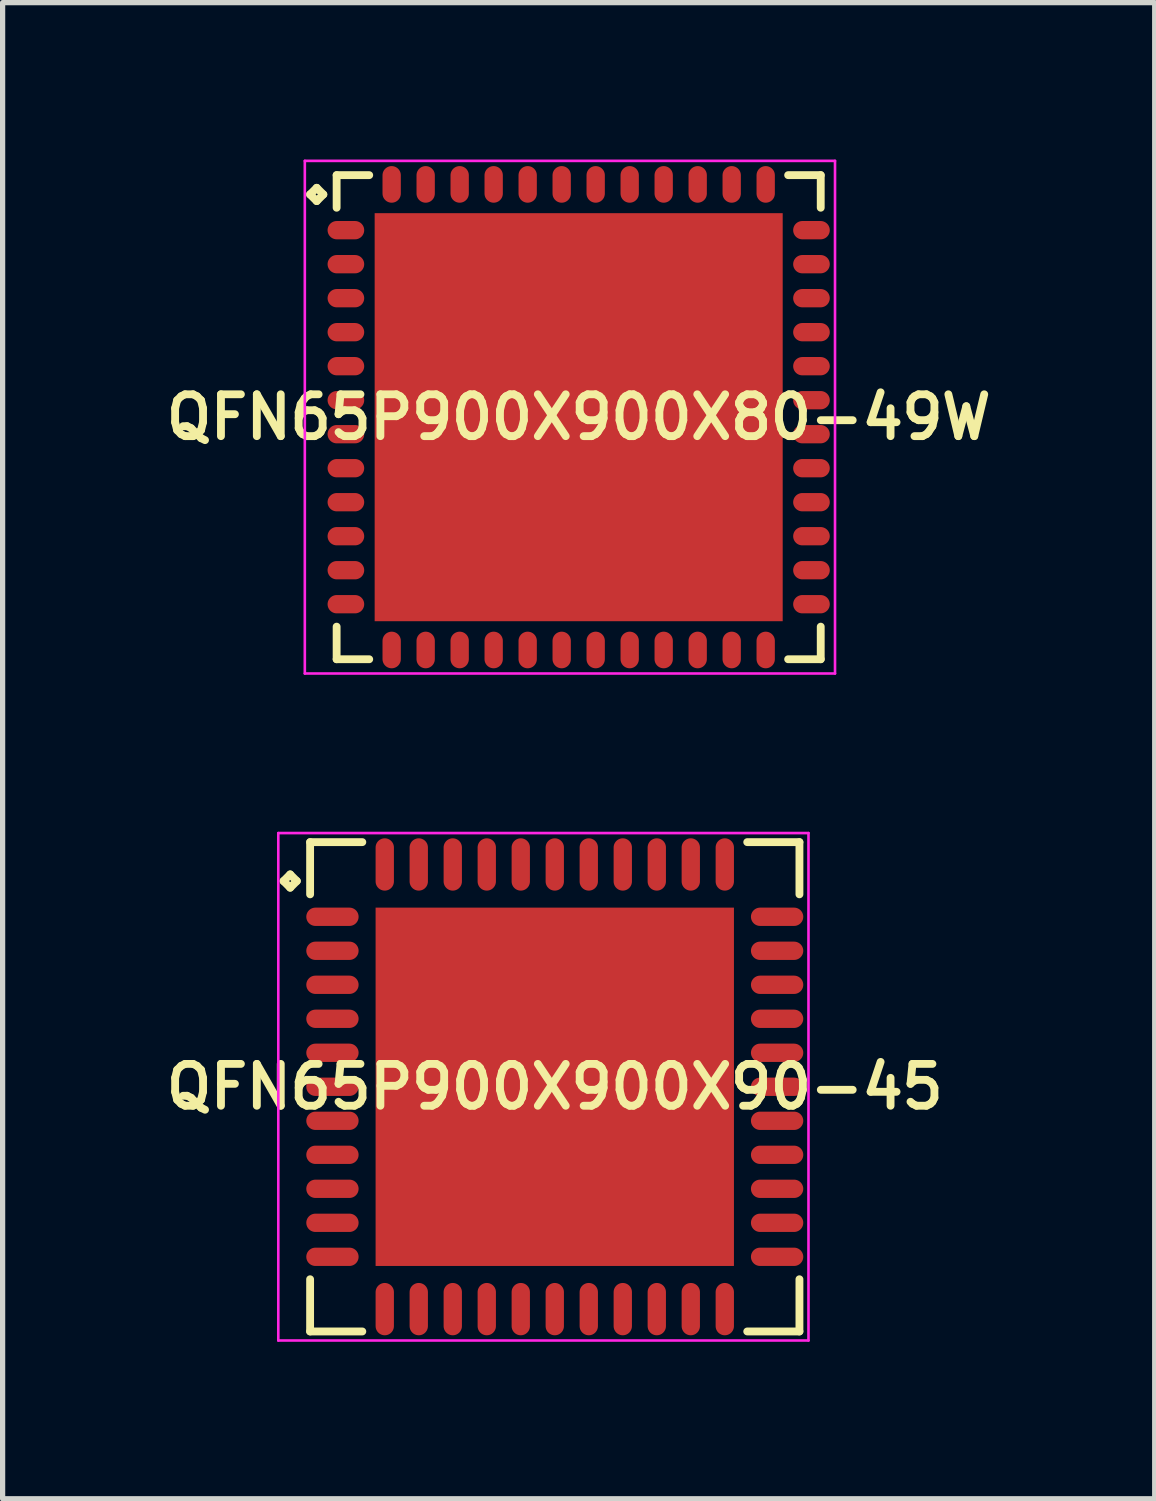
<source format=kicad_pcb>
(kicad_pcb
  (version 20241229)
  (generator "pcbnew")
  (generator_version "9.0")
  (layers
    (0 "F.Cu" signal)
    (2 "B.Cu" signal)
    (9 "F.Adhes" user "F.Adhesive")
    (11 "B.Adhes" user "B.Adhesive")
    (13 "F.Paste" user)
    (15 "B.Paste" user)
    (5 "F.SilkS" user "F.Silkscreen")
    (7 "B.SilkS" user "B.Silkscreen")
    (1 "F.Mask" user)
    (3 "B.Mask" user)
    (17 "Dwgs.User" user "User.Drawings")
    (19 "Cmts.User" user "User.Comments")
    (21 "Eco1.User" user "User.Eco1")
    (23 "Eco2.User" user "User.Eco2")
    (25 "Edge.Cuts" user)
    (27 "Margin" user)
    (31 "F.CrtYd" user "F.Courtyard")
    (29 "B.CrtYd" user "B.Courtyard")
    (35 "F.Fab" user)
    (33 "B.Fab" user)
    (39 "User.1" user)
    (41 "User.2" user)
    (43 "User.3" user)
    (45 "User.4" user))
  (footprint "QFN65P900X900X90-45"
    (layer "F.Cu")
    (at 7.555 17.725)
    (property "Reference" "QFN65P900X900X90-45" (at 0 0 0) (layer "F.SilkS") (effects (font (size 0.8 0.8) (thickness 0.15))))
    (attr smd)
    (fp_line (start -5.185 -3.933) (end -5.058 -4.06) (stroke (width 0.15) (type solid)) (layer "F.SilkS"))
    (fp_line (start -5.058 -4.06) (end -4.931 -3.933) (stroke (width 0.15) (type solid)) (layer "F.SilkS"))
    (fp_line (start -5.058 -3.806) (end -5.185 -3.933) (stroke (width 0.15) (type solid)) (layer "F.SilkS"))
    (fp_line (start -4.931 -3.933) (end -5.058 -3.806) (stroke (width 0.15) (type solid)) (layer "F.SilkS"))
    (fp_line (start -4.677 -4.677) (end -3.679 -4.677) (stroke (width 0.15) (type solid)) (layer "F.SilkS"))
    (fp_line (start -4.677 -3.679) (end -4.677 -4.677) (stroke (width 0.15) (type solid)) (layer "F.SilkS"))
    (fp_line (start -4.677 3.679) (end -4.677 4.677) (stroke (width 0.15) (type solid)) (layer "F.SilkS"))
    (fp_line (start -4.677 4.677) (end -3.679 4.677) (stroke (width 0.15) (type solid)) (layer "F.SilkS"))
    (fp_line (start 3.679 -4.677) (end 4.677 -4.677) (stroke (width 0.15) (type solid)) (layer "F.SilkS"))
    (fp_line (start 3.679 4.677) (end 4.677 4.677) (stroke (width 0.15) (type solid)) (layer "F.SilkS"))
    (fp_line (start 4.677 -4.677) (end 4.677 -3.679) (stroke (width 0.15) (type solid)) (layer "F.SilkS"))
    (fp_line (start 4.677 4.677) (end 4.677 3.679) (stroke (width 0.15) (type solid)) (layer "F.SilkS"))
    (fp_line (start -5.285 -4.85) (end 4.85 -4.85) (stroke (width 0.05) (type solid)) (layer "F.CrtYd"))
    (fp_line (start -5.285 4.85) (end -5.285 -4.85) (stroke (width 0.05) (type solid)) (layer "F.CrtYd"))
    (fp_line (start 4.85 -4.85) (end 4.85 4.85) (stroke (width 0.05) (type solid)) (layer "F.CrtYd"))
    (fp_line (start 4.85 4.85) (end -5.285 4.85) (stroke (width 0.05) (type solid)) (layer "F.CrtYd"))
    (pad "1" smd oval (at -4.25 -3.25) (size 1 0.35) (layers "F.Cu" "F.Mask" "F.Paste"))
    (pad "2" smd oval (at -4.25 -2.6) (size 1 0.35) (layers "F.Cu" "F.Mask" "F.Paste"))
    (pad "3" smd oval (at -4.25 -1.95) (size 1 0.35) (layers "F.Cu" "F.Mask" "F.Paste"))
    (pad "4" smd oval (at -4.25 -1.3) (size 1 0.35) (layers "F.Cu" "F.Mask" "F.Paste"))
    (pad "5" smd oval (at -4.25 -0.65) (size 1 0.35) (layers "F.Cu" "F.Mask" "F.Paste"))
    (pad "6" smd oval (at -4.25 0) (size 1 0.35) (layers "F.Cu" "F.Mask" "F.Paste"))
    (pad "7" smd oval (at -4.25 0.65) (size 1 0.35) (layers "F.Cu" "F.Mask" "F.Paste"))
    (pad "8" smd oval (at -4.25 1.3) (size 1 0.35) (layers "F.Cu" "F.Mask" "F.Paste"))
    (pad "9" smd oval (at -4.25 1.95) (size 1 0.35) (layers "F.Cu" "F.Mask" "F.Paste"))
    (pad "10" smd oval (at -4.25 2.6) (size 1 0.35) (layers "F.Cu" "F.Mask" "F.Paste"))
    (pad "11" smd oval (at -4.25 3.25) (size 1 0.35) (layers "F.Cu" "F.Mask" "F.Paste"))
    (pad "12" smd oval (at -3.25 4.25) (size 0.35 1) (layers "F.Cu" "F.Mask" "F.Paste"))
    (pad "13" smd oval (at -2.6 4.25) (size 0.35 1) (layers "F.Cu" "F.Mask" "F.Paste"))
    (pad "14" smd oval (at -1.95 4.25) (size 0.35 1) (layers "F.Cu" "F.Mask" "F.Paste"))
    (pad "15" smd oval (at -1.3 4.25) (size 0.35 1) (layers "F.Cu" "F.Mask" "F.Paste"))
    (pad "16" smd oval (at -0.65 4.25) (size 0.35 1) (layers "F.Cu" "F.Mask" "F.Paste"))
    (pad "17" smd oval (at 0 4.25) (size 0.35 1) (layers "F.Cu" "F.Mask" "F.Paste"))
    (pad "18" smd oval (at 0.65 4.25) (size 0.35 1) (layers "F.Cu" "F.Mask" "F.Paste"))
    (pad "19" smd oval (at 1.3 4.25) (size 0.35 1) (layers "F.Cu" "F.Mask" "F.Paste"))
    (pad "20" smd oval (at 1.95 4.25) (size 0.35 1) (layers "F.Cu" "F.Mask" "F.Paste"))
    (pad "21" smd oval (at 2.6 4.25) (size 0.35 1) (layers "F.Cu" "F.Mask" "F.Paste"))
    (pad "22" smd oval (at 3.25 4.25) (size 0.35 1) (layers "F.Cu" "F.Mask" "F.Paste"))
    (pad "23" smd oval (at 4.25 3.25) (size 1 0.35) (layers "F.Cu" "F.Mask" "F.Paste"))
    (pad "24" smd oval (at 4.25 2.6) (size 1 0.35) (layers "F.Cu" "F.Mask" "F.Paste"))
    (pad "25" smd oval (at 4.25 1.95) (size 1 0.35) (layers "F.Cu" "F.Mask" "F.Paste"))
    (pad "26" smd oval (at 4.25 1.3) (size 1 0.35) (layers "F.Cu" "F.Mask" "F.Paste"))
    (pad "27" smd oval (at 4.25 0.65) (size 1 0.35) (layers "F.Cu" "F.Mask" "F.Paste"))
    (pad "28" smd oval (at 4.25 0) (size 1 0.35) (layers "F.Cu" "F.Mask" "F.Paste"))
    (pad "29" smd oval (at 4.25 -0.65) (size 1 0.35) (layers "F.Cu" "F.Mask" "F.Paste"))
    (pad "30" smd oval (at 4.25 -1.3) (size 1 0.35) (layers "F.Cu" "F.Mask" "F.Paste"))
    (pad "31" smd oval (at 4.25 -1.95) (size 1 0.35) (layers "F.Cu" "F.Mask" "F.Paste"))
    (pad "32" smd oval (at 4.25 -2.6) (size 1 0.35) (layers "F.Cu" "F.Mask" "F.Paste"))
    (pad "33" smd oval (at 4.25 -3.25) (size 1 0.35) (layers "F.Cu" "F.Mask" "F.Paste"))
    (pad "34" smd oval (at 3.25 -4.25) (size 0.35 1) (layers "F.Cu" "F.Mask" "F.Paste"))
    (pad "35" smd oval (at 2.6 -4.25) (size 0.35 1) (layers "F.Cu" "F.Mask" "F.Paste"))
    (pad "36" smd oval (at 1.95 -4.25) (size 0.35 1) (layers "F.Cu" "F.Mask" "F.Paste"))
    (pad "37" smd oval (at 1.3 -4.25) (size 0.35 1) (layers "F.Cu" "F.Mask" "F.Paste"))
    (pad "38" smd oval (at 0.65 -4.25) (size 0.35 1) (layers "F.Cu" "F.Mask" "F.Paste"))
    (pad "39" smd oval (at 0 -4.25) (size 0.35 1) (layers "F.Cu" "F.Mask" "F.Paste"))
    (pad "40" smd oval (at -0.65 -4.25) (size 0.35 1) (layers "F.Cu" "F.Mask" "F.Paste"))
    (pad "41" smd oval (at -1.3 -4.25) (size 0.35 1) (layers "F.Cu" "F.Mask" "F.Paste"))
    (pad "42" smd oval (at -1.95 -4.25) (size 0.35 1) (layers "F.Cu" "F.Mask" "F.Paste"))
    (pad "43" smd oval (at -2.6 -4.25) (size 0.35 1) (layers "F.Cu" "F.Mask" "F.Paste"))
    (pad "44" smd oval (at -3.25 -4.25) (size 0.35 1) (layers "F.Cu" "F.Mask" "F.Paste"))
    (pad "45" smd rect (at 0 0) (size 6.85 6.85) (layers "F.Cu" "F.Mask" "F.Paste")))
  (footprint "QFN65P900X900X80-49W"
    (layer "F.Cu")
    (at 8.012 4.925)
    (property "Reference" "QFN65P900X900X80-49W" (at 0 0 0) (layer "F.SilkS") (effects (font (size 0.8 0.8) (thickness 0.15))))
    (attr smd)
    (fp_line (start -5.135 -4.258) (end -5.008 -4.385) (stroke (width 0.15) (type solid)) (layer "F.SilkS"))
    (fp_line (start -5.008 -4.385) (end -4.881 -4.258) (stroke (width 0.15) (type solid)) (layer "F.SilkS"))
    (fp_line (start -5.008 -4.131) (end -5.135 -4.258) (stroke (width 0.15) (type solid)) (layer "F.SilkS"))
    (fp_line (start -4.881 -4.258) (end -5.008 -4.131) (stroke (width 0.15) (type solid)) (layer "F.SilkS"))
    (fp_line (start -4.627 -4.627) (end -4.004 -4.627) (stroke (width 0.15) (type solid)) (layer "F.SilkS"))
    (fp_line (start -4.627 -4.004) (end -4.627 -4.627) (stroke (width 0.15) (type solid)) (layer "F.SilkS"))
    (fp_line (start -4.627 4.004) (end -4.627 4.627) (stroke (width 0.15) (type solid)) (layer "F.SilkS"))
    (fp_line (start -4.627 4.627) (end -4.004 4.627) (stroke (width 0.15) (type solid)) (layer "F.SilkS"))
    (fp_line (start 4.004 -4.627) (end 4.627 -4.627) (stroke (width 0.15) (type solid)) (layer "F.SilkS"))
    (fp_line (start 4.004 4.627) (end 4.627 4.627) (stroke (width 0.15) (type solid)) (layer "F.SilkS"))
    (fp_line (start 4.627 -4.627) (end 4.627 -4.004) (stroke (width 0.15) (type solid)) (layer "F.SilkS"))
    (fp_line (start 4.627 4.627) (end 4.627 4.004) (stroke (width 0.15) (type solid)) (layer "F.SilkS"))
    (fp_line (start -5.235 -4.9) (end 4.9 -4.9) (stroke (width 0.05) (type solid)) (layer "F.CrtYd"))
    (fp_line (start -5.235 4.9) (end -5.235 -4.9) (stroke (width 0.05) (type solid)) (layer "F.CrtYd"))
    (fp_line (start 4.9 -4.9) (end 4.9 4.9) (stroke (width 0.05) (type solid)) (layer "F.CrtYd"))
    (fp_line (start 4.9 4.9) (end -5.235 4.9) (stroke (width 0.05) (type solid)) (layer "F.CrtYd"))
    (pad "1" smd oval (at -4.45 -3.575) (size 0.7 0.35) (layers "F.Cu" "F.Mask" "F.Paste"))
    (pad "2" smd oval (at -4.45 -2.925) (size 0.7 0.35) (layers "F.Cu" "F.Mask" "F.Paste"))
    (pad "3" smd oval (at -4.45 -2.275) (size 0.7 0.35) (layers "F.Cu" "F.Mask" "F.Paste"))
    (pad "4" smd oval (at -4.45 -1.625) (size 0.7 0.35) (layers "F.Cu" "F.Mask" "F.Paste"))
    (pad "5" smd oval (at -4.45 -0.975) (size 0.7 0.35) (layers "F.Cu" "F.Mask" "F.Paste"))
    (pad "6" smd oval (at -4.45 -0.325) (size 0.7 0.35) (layers "F.Cu" "F.Mask" "F.Paste"))
    (pad "7" smd oval (at -4.45 0.325) (size 0.7 0.35) (layers "F.Cu" "F.Mask" "F.Paste"))
    (pad "8" smd oval (at -4.45 0.975) (size 0.7 0.35) (layers "F.Cu" "F.Mask" "F.Paste"))
    (pad "9" smd oval (at -4.45 1.625) (size 0.7 0.35) (layers "F.Cu" "F.Mask" "F.Paste"))
    (pad "10" smd oval (at -4.45 2.275) (size 0.7 0.35) (layers "F.Cu" "F.Mask" "F.Paste"))
    (pad "11" smd oval (at -4.45 2.925) (size 0.7 0.35) (layers "F.Cu" "F.Mask" "F.Paste"))
    (pad "12" smd oval (at -4.45 3.575) (size 0.7 0.35) (layers "F.Cu" "F.Mask" "F.Paste"))
    (pad "13" smd oval (at -3.575 4.45) (size 0.35 0.7) (layers "F.Cu" "F.Mask" "F.Paste"))
    (pad "14" smd oval (at -2.925 4.45) (size 0.35 0.7) (layers "F.Cu" "F.Mask" "F.Paste"))
    (pad "15" smd oval (at -2.275 4.45) (size 0.35 0.7) (layers "F.Cu" "F.Mask" "F.Paste"))
    (pad "16" smd oval (at -1.625 4.45) (size 0.35 0.7) (layers "F.Cu" "F.Mask" "F.Paste"))
    (pad "17" smd oval (at -0.975 4.45) (size 0.35 0.7) (layers "F.Cu" "F.Mask" "F.Paste"))
    (pad "18" smd oval (at -0.325 4.45) (size 0.35 0.7) (layers "F.Cu" "F.Mask" "F.Paste"))
    (pad "19" smd oval (at 0.325 4.45) (size 0.35 0.7) (layers "F.Cu" "F.Mask" "F.Paste"))
    (pad "20" smd oval (at 0.975 4.45) (size 0.35 0.7) (layers "F.Cu" "F.Mask" "F.Paste"))
    (pad "21" smd oval (at 1.625 4.45) (size 0.35 0.7) (layers "F.Cu" "F.Mask" "F.Paste"))
    (pad "22" smd oval (at 2.275 4.45) (size 0.35 0.7) (layers "F.Cu" "F.Mask" "F.Paste"))
    (pad "23" smd oval (at 2.925 4.45) (size 0.35 0.7) (layers "F.Cu" "F.Mask" "F.Paste"))
    (pad "24" smd oval (at 3.575 4.45) (size 0.35 0.7) (layers "F.Cu" "F.Mask" "F.Paste"))
    (pad "25" smd oval (at 4.45 3.575) (size 0.7 0.35) (layers "F.Cu" "F.Mask" "F.Paste"))
    (pad "26" smd oval (at 4.45 2.925) (size 0.7 0.35) (layers "F.Cu" "F.Mask" "F.Paste"))
    (pad "27" smd oval (at 4.45 2.275) (size 0.7 0.35) (layers "F.Cu" "F.Mask" "F.Paste"))
    (pad "28" smd oval (at 4.45 1.625) (size 0.7 0.35) (layers "F.Cu" "F.Mask" "F.Paste"))
    (pad "29" smd oval (at 4.45 0.975) (size 0.7 0.35) (layers "F.Cu" "F.Mask" "F.Paste"))
    (pad "30" smd oval (at 4.45 0.325) (size 0.7 0.35) (layers "F.Cu" "F.Mask" "F.Paste"))
    (pad "31" smd oval (at 4.45 -0.325) (size 0.7 0.35) (layers "F.Cu" "F.Mask" "F.Paste"))
    (pad "32" smd oval (at 4.45 -0.975) (size 0.7 0.35) (layers "F.Cu" "F.Mask" "F.Paste"))
    (pad "33" smd oval (at 4.45 -1.625) (size 0.7 0.35) (layers "F.Cu" "F.Mask" "F.Paste"))
    (pad "34" smd oval (at 4.45 -2.275) (size 0.7 0.35) (layers "F.Cu" "F.Mask" "F.Paste"))
    (pad "35" smd oval (at 4.45 -2.925) (size 0.7 0.35) (layers "F.Cu" "F.Mask" "F.Paste"))
    (pad "36" smd oval (at 4.45 -3.575) (size 0.7 0.35) (layers "F.Cu" "F.Mask" "F.Paste"))
    (pad "37" smd oval (at 3.575 -4.45) (size 0.35 0.7) (layers "F.Cu" "F.Mask" "F.Paste"))
    (pad "38" smd oval (at 2.925 -4.45) (size 0.35 0.7) (layers "F.Cu" "F.Mask" "F.Paste"))
    (pad "39" smd oval (at 2.275 -4.45) (size 0.35 0.7) (layers "F.Cu" "F.Mask" "F.Paste"))
    (pad "40" smd oval (at 1.625 -4.45) (size 0.35 0.7) (layers "F.Cu" "F.Mask" "F.Paste"))
    (pad "41" smd oval (at 0.975 -4.45) (size 0.35 0.7) (layers "F.Cu" "F.Mask" "F.Paste"))
    (pad "42" smd oval (at 0.325 -4.45) (size 0.35 0.7) (layers "F.Cu" "F.Mask" "F.Paste"))
    (pad "43" smd oval (at -0.325 -4.45) (size 0.35 0.7) (layers "F.Cu" "F.Mask" "F.Paste"))
    (pad "44" smd oval (at -0.975 -4.45) (size 0.35 0.7) (layers "F.Cu" "F.Mask" "F.Paste"))
    (pad "45" smd oval (at -1.625 -4.45) (size 0.35 0.7) (layers "F.Cu" "F.Mask" "F.Paste"))
    (pad "46" smd oval (at -2.275 -4.45) (size 0.35 0.7) (layers "F.Cu" "F.Mask" "F.Paste"))
    (pad "47" smd oval (at -2.925 -4.45) (size 0.35 0.7) (layers "F.Cu" "F.Mask" "F.Paste"))
    (pad "48" smd oval (at -3.575 -4.45) (size 0.35 0.7) (layers "F.Cu" "F.Mask" "F.Paste"))
    (pad "49" smd rect (at 0 0) (size 7.8 7.8) (layers "F.Cu" "F.Mask" "F.Paste")))
  (gr_rect
    (start -3 -3)
    (end 19.023 25.6)
    (stroke (width 0.1) (type default))
    (fill no)
    (layer "Edge.Cuts")))
</source>
